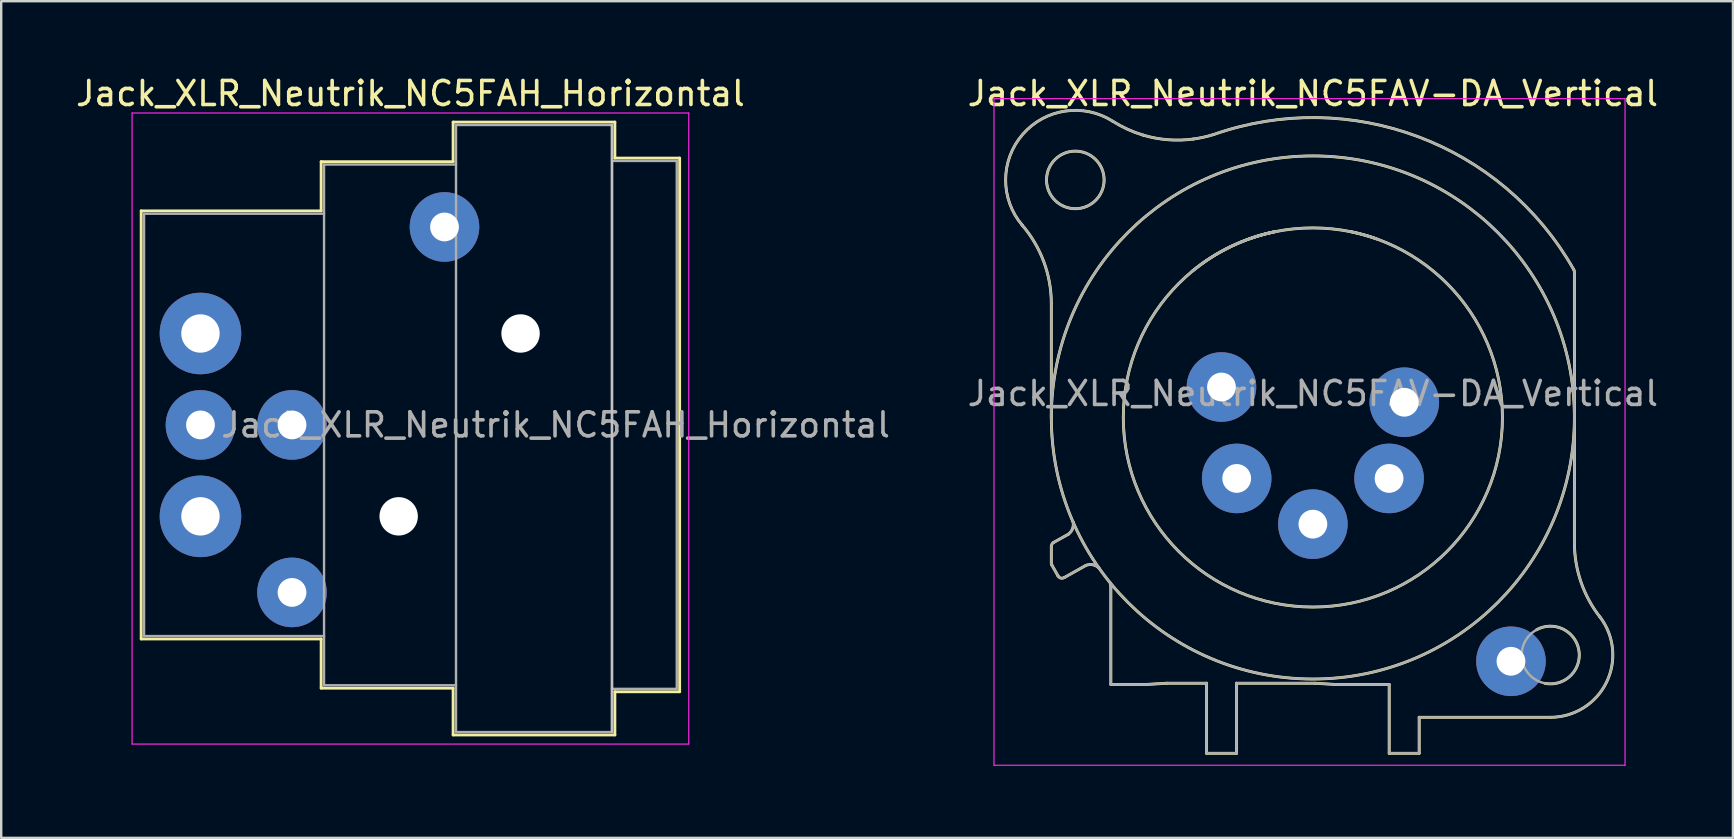
<source format=kicad_pcb>
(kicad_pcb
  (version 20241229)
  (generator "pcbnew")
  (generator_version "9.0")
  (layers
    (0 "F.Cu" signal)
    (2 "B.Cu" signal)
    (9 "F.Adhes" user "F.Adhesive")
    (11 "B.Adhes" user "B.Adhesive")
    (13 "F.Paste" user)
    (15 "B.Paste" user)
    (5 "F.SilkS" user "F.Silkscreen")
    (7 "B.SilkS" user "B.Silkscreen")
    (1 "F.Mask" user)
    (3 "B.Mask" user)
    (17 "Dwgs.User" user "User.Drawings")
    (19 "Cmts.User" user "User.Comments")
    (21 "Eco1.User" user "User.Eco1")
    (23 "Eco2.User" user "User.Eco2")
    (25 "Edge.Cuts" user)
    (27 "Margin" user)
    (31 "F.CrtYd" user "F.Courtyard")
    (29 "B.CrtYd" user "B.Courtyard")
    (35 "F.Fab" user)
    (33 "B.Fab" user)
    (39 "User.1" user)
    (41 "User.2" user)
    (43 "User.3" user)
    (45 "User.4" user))
  (footprint "Jack_XLR_Neutrik_NC5FAV-DA_Vertical"
    (layer "F.Cu")
    (at 55.473 13.713)
    (property "Reference" "Jack_XLR_Neutrik_NC5FAV-DA_Vertical" (at -3.81 -12.865 0) (layer "F.SilkS") (effects (font (size 1 1) (thickness 0.15))))
    (attr through_hole)
    (fp_line (start -14.71 0.635) (end -14.71 -4.13) (stroke (width 0.12) (type solid)) (layer "F.SilkS"))
    (fp_line (start -14.71 6.01) (end -14.71 6.7) (stroke (width 0.12) (type solid)) (layer "F.SilkS"))
    (fp_line (start -14.68 6.8) (end -14.43 7.24) (stroke (width 0.12) (type solid)) (layer "F.SilkS"))
    (fp_line (start -14.61 5.84) (end -14 5.5) (stroke (width 0.12) (type solid)) (layer "F.SilkS"))
    (fp_line (start -14.16 7.3) (end -13.27 6.8) (stroke (width 0.12) (type solid)) (layer "F.SilkS"))
    (fp_line (start -12.23 11.76) (end -12.23 7.62) (stroke (width 0.12) (type solid)) (layer "F.SilkS"))
    (fp_line (start -10.73 11.76) (end -12.23 11.76) (stroke (width 0.12) (type solid)) (layer "F.SilkS"))
    (fp_line (start -9.89 11.71) (end -10.73 11.76) (stroke (width 0.12) (type solid)) (layer "F.SilkS"))
    (fp_line (start -8.24 11.71) (end -9.89 11.71) (stroke (width 0.12) (type solid)) (layer "F.SilkS"))
    (fp_line (start -8.24 11.71) (end -8.24 14.63) (stroke (width 0.12) (type solid)) (layer "F.SilkS"))
    (fp_line (start -6.99 14.63) (end -8.24 14.63) (stroke (width 0.12) (type solid)) (layer "F.SilkS"))
    (fp_line (start -6.99 14.63) (end -6.99 11.71) (stroke (width 0.12) (type solid)) (layer "F.SilkS"))
    (fp_line (start -3.73 11.71) (end -6.99 11.71) (stroke (width 0.12) (type solid)) (layer "F.SilkS"))
    (fp_line (start -2.89 11.76) (end -3.73 11.71) (stroke (width 0.12) (type solid)) (layer "F.SilkS"))
    (fp_line (start -0.63 11.76) (end -2.89 11.76) (stroke (width 0.12) (type solid)) (layer "F.SilkS"))
    (fp_line (start -0.63 11.76) (end -0.63 14.63) (stroke (width 0.12) (type solid)) (layer "F.SilkS"))
    (fp_line (start 0.62 14.63) (end -0.63 14.63) (stroke (width 0.12) (type solid)) (layer "F.SilkS"))
    (fp_line (start 0.62 14.63) (end 0.62 13.13) (stroke (width 0.12) (type solid)) (layer "F.SilkS"))
    (fp_line (start 6.09 13.13) (end 0.62 13.13) (stroke (width 0.12) (type solid)) (layer "F.SilkS"))
    (fp_line (start 7.09 -5.43) (end 7.09 5.87) (stroke (width 0.12) (type solid)) (layer "F.SilkS"))
    (fp_arc (start -15.929066 -7.385564) (mid -15.028115 -5.866905) (end -14.71 -4.13) (stroke (width 0.12) (type solid)) (layer "F.SilkS"))
    (fp_arc (start -15.918146 -7.373153) (mid -15.902506 -11.164998) (end -12.15 -11.71) (stroke (width 0.12) (type solid)) (layer "F.SilkS"))
    (fp_arc (start -14.709743 6.009652) (mid -14.682878 5.9113) (end -14.61 5.84) (stroke (width 0.12) (type solid)) (layer "F.SilkS"))
    (fp_arc (start -14.682649 6.795385) (mid -14.703027 6.749614) (end -14.71 6.7) (stroke (width 0.12) (type solid)) (layer "F.SilkS"))
    (fp_arc (start -14.160142 7.297076) (mid -14.307987 7.329603) (end -14.43 7.24) (stroke (width 0.12) (type solid)) (layer "F.SilkS"))
    (fp_arc (start -13.801628 4.991381) (mid -13.826689 5.274601) (end -14 5.5) (stroke (width 0.12) (type solid)) (layer "F.SilkS"))
    (fp_arc (start -13.27 6.8) (mid -12.979462 6.773118) (end -12.722228 6.910835) (stroke (width 0.12) (type solid)) (layer "F.SilkS"))
    (fp_arc (start -12.267885 7.513016) (mid -12.239751 7.563253) (end -12.23 7.62) (stroke (width 0.12) (type solid)) (layer "F.SilkS"))
    (fp_arc (start -10.874228 -11.129536) (mid -11.532536 -11.374883) (end -12.15 -11.71) (stroke (width 0.12) (type solid)) (layer "F.SilkS"))
    (fp_arc (start -8.842926 -5.457584) (mid -7.213275 -6.497156) (end -5.38 -7.11) (stroke (width 0.12) (type solid)) (layer "F.SilkS"))
    (fp_arc (start -8.78758 -10.969733) (mid -9.842283 -10.938982) (end -10.88 -11.13) (stroke (width 0.12) (type solid)) (layer "F.SilkS"))
    (fp_arc (start -7.953762 -11.154656) (mid -8.367971 -11.044621) (end -8.79 -10.97) (stroke (width 0.12) (type solid)) (layer "F.SilkS"))
    (fp_arc (start -7.952655 -11.154934) (mid 0.574548 -11.067131) (end 7.06 -5.53) (stroke (width 0.12) (type solid)) (layer "F.SilkS"))
    (fp_arc (start -6.455617 -6.811518) (mid -5.923085 -6.979774) (end -5.38 -7.11) (stroke (width 0.12) (type solid)) (layer "F.SilkS"))
    (fp_arc (start -2.235447 -7.109114) (mid -1.692436 -6.978569) (end -1.16 -6.81) (stroke (width 0.12) (type solid)) (layer "F.SilkS"))
    (fp_arc (start 5.507701 9.483226) (mid 7.277502 10.347546) (end 5.86 11.715) (stroke (width 0.12) (type solid)) (layer "F.SilkS"))
    (fp_arc (start 7.056349 -5.537362) (mid 7.080146 -5.485866) (end 7.09 -5.43) (stroke (width 0.12) (type solid)) (layer "F.SilkS"))
    (fp_arc (start 8.152719 8.94722) (mid 8.42187 11.679951) (end 6.09 13.13) (stroke (width 0.12) (type solid)) (layer "F.SilkS"))
    (fp_arc (start 8.154941 8.951603) (mid 7.36532 7.499668) (end 7.09 5.87) (stroke (width 0.12) (type solid)) (layer "F.SilkS"))
    (fp_circle (center -13.71 -9.265) (end -12.51 -9.265) (stroke (width 0.12) (type solid)) (fill no) (layer "F.SilkS"))
    (fp_circle (center -3.81 0.635) (end 4.09 0.635) (stroke (width 0.12) (type solid)) (fill no) (layer "F.SilkS"))
    (fp_circle (center -3.81 0.635) (end 7.09 0.635) (stroke (width 0.12) (type solid)) (fill no) (layer "F.SilkS"))
    (fp_line (start -17.1 -12.65) (end 9.2 -12.65) (stroke (width 0.05) (type solid)) (layer "F.CrtYd"))
    (fp_line (start -17.1 15.13) (end -17.1 -12.65) (stroke (width 0.05) (type solid)) (layer "F.CrtYd"))
    (fp_line (start 9.2 -12.65) (end 9.2 15.13) (stroke (width 0.05) (type solid)) (layer "F.CrtYd"))
    (fp_line (start 9.2 15.13) (end -17.1 15.13) (stroke (width 0.05) (type solid)) (layer "F.CrtYd"))
    (fp_line (start -14.71 0.635) (end -14.71 -4.13) (stroke (width 0.1) (type solid)) (layer "F.Fab"))
    (fp_line (start -14.71 6.01) (end -14.71 6.7) (stroke (width 0.1) (type solid)) (layer "F.Fab"))
    (fp_line (start -14.68 6.8) (end -14.43 7.24) (stroke (width 0.1) (type solid)) (layer "F.Fab"))
    (fp_line (start -14.61 5.84) (end -14 5.5) (stroke (width 0.1) (type solid)) (layer "F.Fab"))
    (fp_line (start -14.16 7.3) (end -13.27 6.8) (stroke (width 0.1) (type solid)) (layer "F.Fab"))
    (fp_line (start -12.23 11.76) (end -12.23 7.62) (stroke (width 0.1) (type solid)) (layer "F.Fab"))
    (fp_line (start -10.73 11.76) (end -12.23 11.76) (stroke (width 0.1) (type solid)) (layer "F.Fab"))
    (fp_line (start -9.89 11.71) (end -10.73 11.76) (stroke (width 0.1) (type solid)) (layer "F.Fab"))
    (fp_line (start -8.24 11.71) (end -9.89 11.71) (stroke (width 0.1) (type solid)) (layer "F.Fab"))
    (fp_line (start -8.24 11.71) (end -8.24 14.63) (stroke (width 0.1) (type solid)) (layer "F.Fab"))
    (fp_line (start -6.99 14.63) (end -8.24 14.63) (stroke (width 0.1) (type solid)) (layer "F.Fab"))
    (fp_line (start -6.99 14.63) (end -6.99 11.71) (stroke (width 0.1) (type solid)) (layer "F.Fab"))
    (fp_line (start -3.73 11.71) (end -6.99 11.71) (stroke (width 0.1) (type solid)) (layer "F.Fab"))
    (fp_line (start -2.89 11.76) (end -3.73 11.71) (stroke (width 0.1) (type solid)) (layer "F.Fab"))
    (fp_line (start -0.63 11.76) (end -2.89 11.76) (stroke (width 0.1) (type solid)) (layer "F.Fab"))
    (fp_line (start -0.63 11.76) (end -0.63 14.63) (stroke (width 0.1) (type solid)) (layer "F.Fab"))
    (fp_line (start 0.62 14.63) (end -0.63 14.63) (stroke (width 0.1) (type solid)) (layer "F.Fab"))
    (fp_line (start 0.62 14.63) (end 0.62 13.13) (stroke (width 0.1) (type solid)) (layer "F.Fab"))
    (fp_line (start 6.09 13.13) (end 0.62 13.13) (stroke (width 0.1) (type solid)) (layer "F.Fab"))
    (fp_line (start 7.09 -5.43) (end 7.09 5.87) (stroke (width 0.1) (type solid)) (layer "F.Fab"))
    (fp_arc (start -15.929066 -7.385564) (mid -15.028115 -5.866905) (end -14.71 -4.13) (stroke (width 0.1) (type solid)) (layer "F.Fab"))
    (fp_arc (start -15.918146 -7.373153) (mid -15.902506 -11.164998) (end -12.15 -11.71) (stroke (width 0.1) (type solid)) (layer "F.Fab"))
    (fp_arc (start -14.709743 6.009652) (mid -14.682878 5.9113) (end -14.61 5.84) (stroke (width 0.1) (type solid)) (layer "F.Fab"))
    (fp_arc (start -14.682649 6.795385) (mid -14.703027 6.749614) (end -14.71 6.7) (stroke (width 0.1) (type solid)) (layer "F.Fab"))
    (fp_arc (start -14.160142 7.297076) (mid -14.307987 7.329603) (end -14.43 7.24) (stroke (width 0.1) (type solid)) (layer "F.Fab"))
    (fp_arc (start -13.801628 4.991381) (mid -13.826689 5.274601) (end -14 5.5) (stroke (width 0.1) (type solid)) (layer "F.Fab"))
    (fp_arc (start -13.27 6.8) (mid -12.979462 6.773118) (end -12.722228 6.910835) (stroke (width 0.1) (type solid)) (layer "F.Fab"))
    (fp_arc (start -12.267885 7.513016) (mid -12.239751 7.563253) (end -12.23 7.62) (stroke (width 0.1) (type solid)) (layer "F.Fab"))
    (fp_arc (start -10.874228 -11.129536) (mid -11.532536 -11.374883) (end -12.15 -11.71) (stroke (width 0.1) (type solid)) (layer "F.Fab"))
    (fp_arc (start -8.842926 -5.457584) (mid -7.213275 -6.497156) (end -5.38 -7.11) (stroke (width 0.1) (type solid)) (layer "F.Fab"))
    (fp_arc (start -8.78758 -10.969733) (mid -9.842283 -10.938982) (end -10.88 -11.13) (stroke (width 0.1) (type solid)) (layer "F.Fab"))
    (fp_arc (start -7.953762 -11.154656) (mid -8.367971 -11.044621) (end -8.79 -10.97) (stroke (width 0.1) (type solid)) (layer "F.Fab"))
    (fp_arc (start -7.952655 -11.154934) (mid 0.574548 -11.067131) (end 7.06 -5.53) (stroke (width 0.1) (type solid)) (layer "F.Fab"))
    (fp_arc (start -6.455617 -6.811518) (mid -5.923085 -6.979774) (end -5.38 -7.11) (stroke (width 0.1) (type solid)) (layer "F.Fab"))
    (fp_arc (start -2.235447 -7.109114) (mid -1.692436 -6.978569) (end -1.16 -6.81) (stroke (width 0.1) (type solid)) (layer "F.Fab"))
    (fp_arc (start 7.056349 -5.537362) (mid 7.080146 -5.485866) (end 7.09 -5.43) (stroke (width 0.1) (type solid)) (layer "F.Fab"))
    (fp_arc (start 8.152719 8.94722) (mid 8.42187 11.679951) (end 6.09 13.13) (stroke (width 0.1) (type solid)) (layer "F.Fab"))
    (fp_arc (start 8.154941 8.951603) (mid 7.36532 7.499668) (end 7.09 5.87) (stroke (width 0.1) (type solid)) (layer "F.Fab"))
    (fp_circle (center -13.71 -9.265) (end -12.51 -9.265) (stroke (width 0.1) (type solid)) (fill no) (layer "F.Fab"))
    (fp_circle (center -3.81 0.635) (end 4.09 0.635) (stroke (width 0.1) (type solid)) (fill no) (layer "F.Fab"))
    (fp_circle (center -3.81 0.635) (end 7.09 0.635) (stroke (width 0.1) (type solid)) (fill no) (layer "F.Fab"))
    (fp_circle (center 6.09 10.535) (end 7.29 10.535) (stroke (width 0.1) (type solid)) (fill no) (layer "F.Fab"))
    (fp_text user "${REFERENCE}" (at -3.81 -0.365 0) (layer "F.Fab") (effects (font (size 1 1) (thickness 0.15))))
    (pad "1" thru_hole circle (at 0 0) (size 2.9 2.9) (drill 1.2) (layers "*.Cu" "*.Mask"))
    (pad "2" thru_hole circle (at -0.635 3.175) (size 2.9 2.9) (drill 1.2) (layers "*.Cu" "*.Mask"))
    (pad "3" thru_hole circle (at -3.81 5.08) (size 2.9 2.9) (drill 1.2) (layers "*.Cu" "*.Mask"))
    (pad "4" thru_hole circle (at -6.985 3.175) (size 2.9 2.9) (drill 1.2) (layers "*.Cu" "*.Mask"))
    (pad "5" thru_hole circle (at -7.62 -0.635) (size 2.9 2.9) (drill 1.2) (layers "*.Cu" "*.Mask"))
    (pad "G" thru_hole circle (at 4.445 10.795) (size 2.9 2.9) (drill 1.2) (layers "*.Cu" "*.Mask")))
  (footprint "Jack_XLR_Neutrik_NC5FAH_Horizontal"
    (layer "F.Cu")
    (at 5.304 10.848)
    (property "Reference" "Jack_XLR_Neutrik_NC5FAH_Horizontal" (at 8.75 -10 0) (layer "F.SilkS") (effects (font (size 1 1) (thickness 0.15))))
    (attr through_hole)
    (fp_line (start -2.47 -5.11) (end -2.47 12.73) (stroke (width 0.12) (type solid)) (layer "F.SilkS"))
    (fp_line (start 5.03 -5.11) (end -2.47 -5.11) (stroke (width 0.12) (type solid)) (layer "F.SilkS"))
    (fp_line (start 5.03 -5.11) (end 5.03 -7.16) (stroke (width 0.12) (type solid)) (layer "F.SilkS"))
    (fp_line (start 5.03 12.73) (end -2.47 12.73) (stroke (width 0.12) (type solid)) (layer "F.SilkS"))
    (fp_line (start 5.03 12.73) (end 5.03 14.78) (stroke (width 0.12) (type solid)) (layer "F.SilkS"))
    (fp_line (start 10.53 -7.16) (end 5.03 -7.16) (stroke (width 0.12) (type solid)) (layer "F.SilkS"))
    (fp_line (start 10.53 -7.16) (end 10.53 -8.81) (stroke (width 0.12) (type solid)) (layer "F.SilkS"))
    (fp_line (start 10.53 14.78) (end 5.03 14.78) (stroke (width 0.12) (type solid)) (layer "F.SilkS"))
    (fp_line (start 10.53 16.73) (end 10.53 14.78) (stroke (width 0.12) (type solid)) (layer "F.SilkS"))
    (fp_line (start 17.27 -8.81) (end 10.53 -8.81) (stroke (width 0.12) (type solid)) (layer "F.SilkS"))
    (fp_line (start 17.27 -8.81) (end 17.27 -7.31) (stroke (width 0.12) (type solid)) (layer "F.SilkS"))
    (fp_line (start 17.27 -7.31) (end 19.97 -7.31) (stroke (width 0.12) (type solid)) (layer "F.SilkS"))
    (fp_line (start 17.27 14.93) (end 17.27 16.73) (stroke (width 0.12) (type solid)) (layer "F.SilkS"))
    (fp_line (start 17.27 14.93) (end 19.97 14.93) (stroke (width 0.12) (type solid)) (layer "F.SilkS"))
    (fp_line (start 17.27 16.73) (end 10.53 16.73) (stroke (width 0.12) (type solid)) (layer "F.SilkS"))
    (fp_line (start 19.97 -7.31) (end 19.97 14.93) (stroke (width 0.12) (type solid)) (layer "F.SilkS"))
    (fp_line (start 17.15 -8.69) (end 17.15 16.61) (stroke (width 0.1) (type solid)) (layer "Dwgs.User"))
    (fp_line (start -2.85 -9.19) (end -2.85 17.11) (stroke (width 0.05) (type solid)) (layer "F.CrtYd"))
    (fp_line (start 20.35 -9.19) (end -2.85 -9.19) (stroke (width 0.05) (type solid)) (layer "F.CrtYd"))
    (fp_line (start 20.35 -9.19) (end 20.35 17.11) (stroke (width 0.05) (type solid)) (layer "F.CrtYd"))
    (fp_line (start 20.35 17.11) (end -2.85 17.11) (stroke (width 0.05) (type solid)) (layer "F.CrtYd"))
    (fp_line (start -2.35 -4.99) (end -2.35 12.61) (stroke (width 0.1) (type solid)) (layer "F.Fab"))
    (fp_line (start 5.15 -4.99) (end -2.35 -4.99) (stroke (width 0.1) (type solid)) (layer "F.Fab"))
    (fp_line (start 5.15 12.61) (end -2.35 12.61) (stroke (width 0.1) (type solid)) (layer "F.Fab"))
    (fp_line (start 5.15 14.66) (end 5.15 -7.04) (stroke (width 0.1) (type solid)) (layer "F.Fab"))
    (fp_line (start 5.15 14.66) (end 10.65 14.66) (stroke (width 0.1) (type solid)) (layer "F.Fab"))
    (fp_line (start 10.65 -8.69) (end 17.15 -8.69) (stroke (width 0.1) (type solid)) (layer "F.Fab"))
    (fp_line (start 10.65 -7.04) (end 5.15 -7.04) (stroke (width 0.1) (type solid)) (layer "F.Fab"))
    (fp_line (start 10.65 16.61) (end 10.65 -8.69) (stroke (width 0.1) (type solid)) (layer "F.Fab"))
    (fp_line (start 17.15 -8.69) (end 17.15 16.61) (stroke (width 0.1) (type solid)) (layer "F.Fab"))
    (fp_line (start 17.15 -7.19) (end 19.85 -7.19) (stroke (width 0.1) (type solid)) (layer "F.Fab"))
    (fp_line (start 17.15 16.61) (end 10.65 16.61) (stroke (width 0.1) (type solid)) (layer "F.Fab"))
    (fp_line (start 19.85 -7.19) (end 19.85 14.81) (stroke (width 0.1) (type solid)) (layer "F.Fab"))
    (fp_line (start 19.85 14.81) (end 17.15 14.81) (stroke (width 0.1) (type solid)) (layer "F.Fab"))
    (fp_text user "${REFERENCE}" (at 14.8 3.81 0) (layer "F.Fab") (effects (font (size 1 1) (thickness 0.15))))
    (pad "" np_thru_hole circle (at 8.26 7.62) (size 1.6 1.6) (drill 1.6) (layers "*.Cu" "*.Mask"))
    (pad "" np_thru_hole circle (at 13.34 0) (size 1.6 1.6) (drill 1.6) (layers "*.Cu" "*.Mask"))
    (pad "1" thru_hole circle (at 0 0) (size 3.4 3.4) (drill 1.6) (layers "*.Cu" "*.Mask"))
    (pad "2" thru_hole circle (at 3.815 3.81) (size 2.9 2.9) (drill 1.2) (layers "*.Cu" "*.Mask"))
    (pad "3" thru_hole circle (at 0 3.81) (size 2.9 2.9) (drill 1.2) (layers "*.Cu" "*.Mask"))
    (pad "4" thru_hole circle (at 3.815 10.79) (size 2.9 2.9) (drill 1.2) (layers "*.Cu" "*.Mask"))
    (pad "5" thru_hole circle (at 0 7.62) (size 3.4 3.4) (drill 1.6) (layers "*.Cu" "*.Mask"))
    (pad "G" thru_hole circle (at 10.17 -4.44) (size 2.9 2.9) (drill 1.2) (layers "*.Cu" "*.Mask")))
  (gr_rect
    (start -3 -3)
    (end 69.169 31.868)
    (stroke (width 0.1) (type default))
    (fill no)
    (layer "Edge.Cuts")))
</source>
